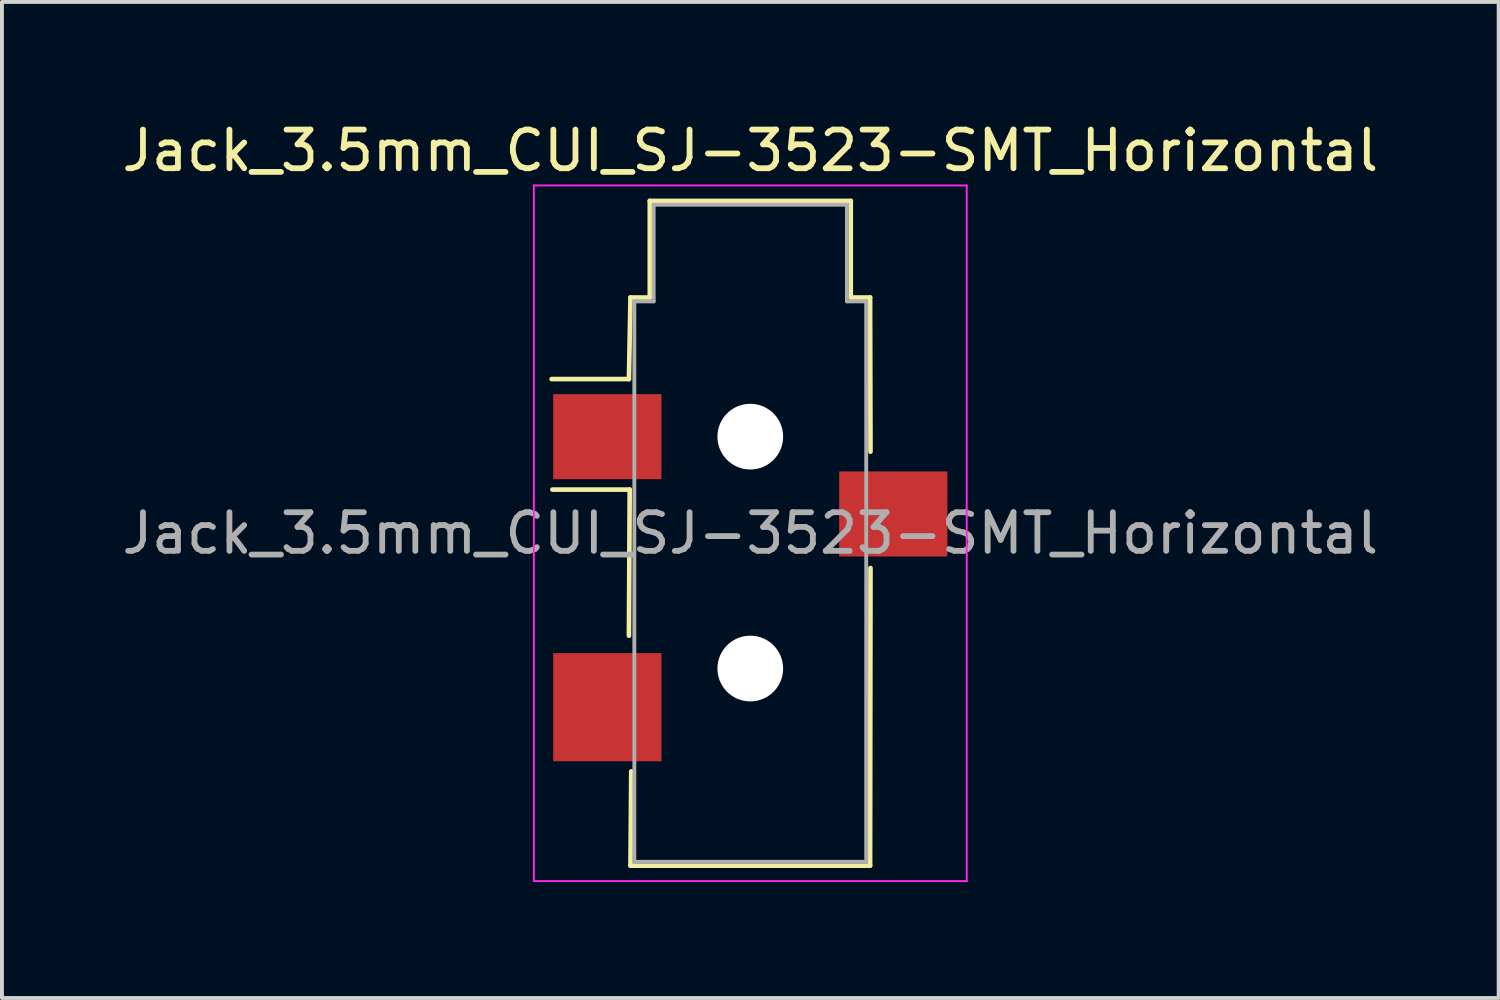
<source format=kicad_pcb>
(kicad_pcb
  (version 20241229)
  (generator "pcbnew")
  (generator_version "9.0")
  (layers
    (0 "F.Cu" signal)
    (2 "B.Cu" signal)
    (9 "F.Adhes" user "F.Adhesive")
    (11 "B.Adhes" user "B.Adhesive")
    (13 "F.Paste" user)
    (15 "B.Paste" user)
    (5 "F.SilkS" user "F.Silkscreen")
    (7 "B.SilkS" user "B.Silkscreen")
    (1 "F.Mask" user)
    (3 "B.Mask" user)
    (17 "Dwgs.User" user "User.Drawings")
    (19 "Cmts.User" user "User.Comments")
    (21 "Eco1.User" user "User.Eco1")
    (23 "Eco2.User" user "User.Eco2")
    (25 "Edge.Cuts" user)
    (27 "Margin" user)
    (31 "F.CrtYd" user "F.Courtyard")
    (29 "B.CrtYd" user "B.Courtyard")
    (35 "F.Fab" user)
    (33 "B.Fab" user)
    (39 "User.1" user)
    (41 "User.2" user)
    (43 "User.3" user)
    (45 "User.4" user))
  (footprint "Jack_3.5mm_CUI_SJ-3523-SMT_Horizontal"
    (layer "F.Cu")
    (at 16.363 10.748)
    (property "Reference" "Jack_3.5mm_CUI_SJ-3523-SMT_Horizontal" (at 0 -9.9 0) (layer "F.SilkS") (effects (font (size 1 1) (thickness 0.15))))
    (attr smd)
    (fp_line (start -3.14 -3.99) (end -5.14 -3.99) (stroke (width 0.12) (type solid)) (layer "F.SilkS"))
    (fp_line (start -3.14 -3.99) (end -3.1 -6.1) (stroke (width 0.12) (type solid)) (layer "F.SilkS"))
    (fp_line (start -3.14 2.65) (end -3.12 -1.13) (stroke (width 0.12) (type solid)) (layer "F.SilkS"))
    (fp_line (start -3.12 -1.13) (end -5.12 -1.13) (stroke (width 0.12) (type solid)) (layer "F.SilkS"))
    (fp_line (start -3.1 -6.1) (end -2.6 -6.1) (stroke (width 0.12) (type solid)) (layer "F.SilkS"))
    (fp_line (start -3.1 8.6) (end -3.08 6.16) (stroke (width 0.12) (type solid)) (layer "F.SilkS"))
    (fp_line (start -2.6 -8.6) (end 2.6 -8.6) (stroke (width 0.12) (type solid)) (layer "F.SilkS"))
    (fp_line (start -2.6 -6.1) (end -2.6 -8.6) (stroke (width 0.12) (type solid)) (layer "F.SilkS"))
    (fp_line (start 2.6 -8.6) (end 2.6 -6.1) (stroke (width 0.12) (type solid)) (layer "F.SilkS"))
    (fp_line (start 2.6 -6.1) (end 3.1 -6.1) (stroke (width 0.12) (type solid)) (layer "F.SilkS"))
    (fp_line (start 3.1 -6.1) (end 3.11 -2.11) (stroke (width 0.12) (type solid)) (layer "F.SilkS"))
    (fp_line (start 3.1 8.6) (end -3.1 8.6) (stroke (width 0.12) (type solid)) (layer "F.SilkS"))
    (fp_line (start 3.11 0.9) (end 3.1 8.6) (stroke (width 0.12) (type solid)) (layer "F.SilkS"))
    (fp_line (start -5.6 -9) (end 5.6 -9) (stroke (width 0.05) (type solid)) (layer "F.CrtYd"))
    (fp_line (start -5.6 9) (end -5.6 -9) (stroke (width 0.05) (type solid)) (layer "F.CrtYd"))
    (fp_line (start 5.6 -9) (end 5.6 9) (stroke (width 0.05) (type solid)) (layer "F.CrtYd"))
    (fp_line (start 5.6 9) (end -5.6 9) (stroke (width 0.05) (type solid)) (layer "F.CrtYd"))
    (fp_line (start -3 -6) (end -2.5 -6) (stroke (width 0.1) (type solid)) (layer "F.Fab"))
    (fp_line (start -3 8.5) (end -3 -6) (stroke (width 0.1) (type solid)) (layer "F.Fab"))
    (fp_line (start -2.5 -8.5) (end 2.5 -8.5) (stroke (width 0.1) (type solid)) (layer "F.Fab"))
    (fp_line (start -2.5 -6) (end -2.5 -8.5) (stroke (width 0.1) (type solid)) (layer "F.Fab"))
    (fp_line (start 2.5 -8.5) (end 2.5 -6) (stroke (width 0.1) (type solid)) (layer "F.Fab"))
    (fp_line (start 2.5 -6) (end 3 -6) (stroke (width 0.1) (type solid)) (layer "F.Fab"))
    (fp_line (start 3 -6) (end 3 8.5) (stroke (width 0.1) (type solid)) (layer "F.Fab"))
    (fp_line (start 3 8.5) (end -3 8.5) (stroke (width 0.1) (type solid)) (layer "F.Fab"))
    (fp_text user "${REFERENCE}" (at 0 0 0) (layer "F.Fab") (effects (font (size 1 1) (thickness 0.15))))
    (pad "" np_thru_hole circle (at 0 -2.5) (size 1.7 1.7) (drill 1.7) (layers "*.Cu" "*.Mask"))
    (pad "" np_thru_hole circle (at 0 3.5) (size 1.7 1.7) (drill 1.7) (layers "*.Cu" "*.Mask"))
    (pad "R" smd rect (at 3.7 -0.5) (size 2.8 2.2) (layers "F.Cu" "F.Mask" "F.Paste"))
    (pad "S" smd rect (at -3.7 -2.5) (size 2.8 2.2) (layers "F.Cu" "F.Mask" "F.Paste"))
    (pad "T" smd rect (at -3.7 4.5) (size 2.8 2.8) (layers "F.Cu" "F.Mask" "F.Paste")))
  (gr_rect
    (start -3 -3)
    (end 35.726 22.773)
    (stroke (width 0.1) (type default))
    (fill no)
    (layer "Edge.Cuts")))
</source>
